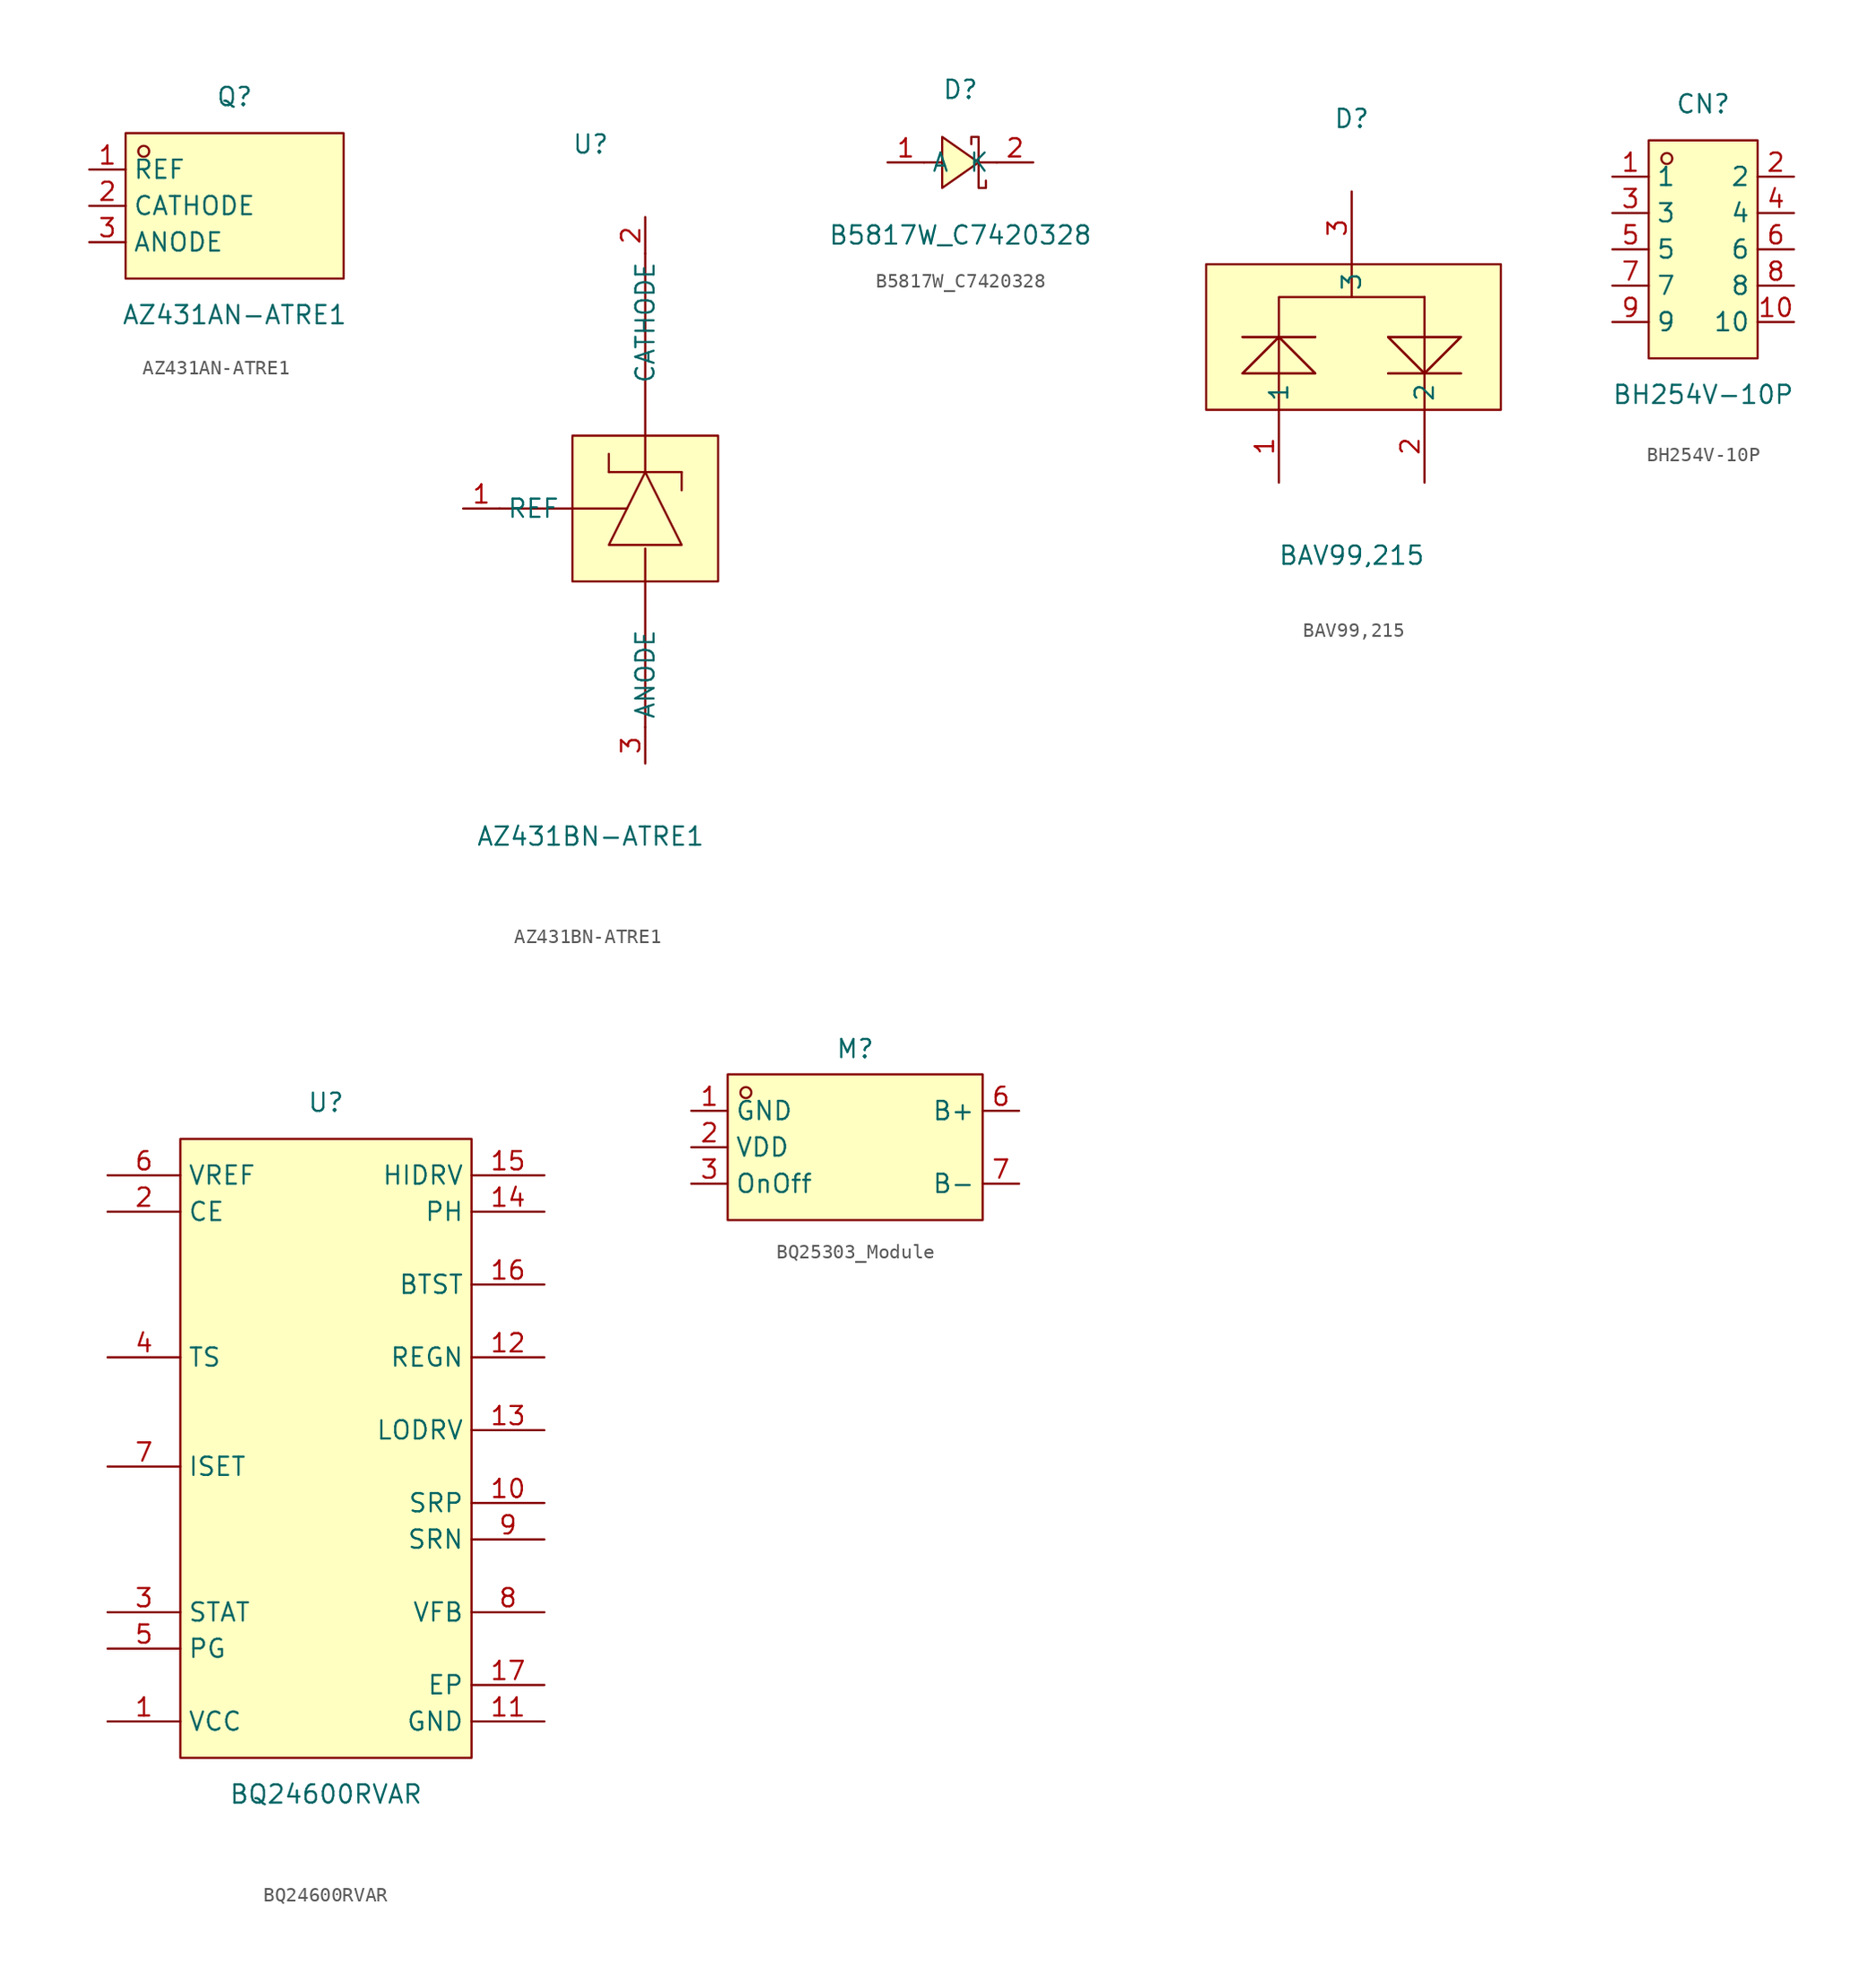
<source format=kicad_sym>
(kicad_symbol_lib
  (version 20231120)
  (generator "kicad_symbol_editor")
  (generator_version "8.0")
  (symbol "AZ431AN-ATRE1"
    (property "Reference" "Q"
      (at 0 7.62 0)
      (effects (font (size 1.27 1.27))))
    (property "Value" "AZ431AN-ATRE1"
      (at 0 -7.62 0)
      (effects (font (size 1.27 1.27))))
    (symbol "AZ431AN-ATRE1_0_1"
      (rectangle (start -7.62 5.08) (end 7.62 -5.08) (stroke (width 0) (type default)) (fill (type background)))
      (circle (center -6.35 3.81) (radius 0.38) (stroke (width 0) (type default)) (fill (type none)))
      (pin unspecified line (at -10.16 2.54 0) (length 2.54) (name "REF" (effects (font (size 1.27 1.27)))) (number "1" (effects (font (size 1.27 1.27)))))
      (pin unspecified line (at -10.16 0 0) (length 2.54) (name "CATHODE" (effects (font (size 1.27 1.27)))) (number "2" (effects (font (size 1.27 1.27)))))
      (pin unspecified line (at -10.16 -2.54 0) (length 2.54) (name "ANODE" (effects (font (size 1.27 1.27)))) (number "3" (effects (font (size 1.27 1.27)))))))
  (symbol "AZ431BN-ATRE1"
    (property "Reference" "U"
      (at 0 24.13 0)
      (effects (font (size 1.27 1.27))))
    (property "Value" "AZ431BN-ATRE1"
      (at 0 -24.13 0)
      (effects (font (size 1.27 1.27))))
    (symbol "AZ431BN-ATRE1_0_1"
      (rectangle (start -1.27 3.81) (end 8.89 -6.35) (stroke (width 0) (type default)) (fill (type background)))
      (polyline (pts (xy -1.27 -1.27) (xy -6.35 -1.27)) (stroke (width 0) (type default)) (fill (type none)))
      (polyline (pts (xy -1.27 -1.27) (xy 2.54 -1.27)) (stroke (width 0) (type default)) (fill (type none)))
      (polyline (pts (xy 1.27 1.27) (xy 6.35 1.27)) (stroke (width 0) (type default)) (fill (type none)))
      (polyline (pts (xy 1.27 2.54) (xy 1.27 1.27)) (stroke (width 0) (type default)) (fill (type none)))
      (polyline (pts (xy 3.81 -16.51) (xy 3.81 -4.06)) (stroke (width 0) (type default)) (fill (type none)))
      (polyline (pts (xy 3.81 16.51) (xy 3.81 1.27)) (stroke (width 0) (type default)) (fill (type none)))
      (polyline (pts (xy 6.35 1.27) (xy 6.35 0)) (stroke (width 0) (type default)) (fill (type none)))
      (polyline (pts (xy 3.81 1.27) (xy 1.27 -3.81) (xy 6.35 -3.81) (xy 3.81 1.27) (xy 3.81 1.27)) (stroke (width 0) (type default)) (fill (type background)))
      (pin unspecified line (at -8.89 -1.27 0) (length 2.54) (name "REF" (effects (font (size 1.27 1.27)))) (number "1" (effects (font (size 1.27 1.27)))))
      (pin unspecified line (at 3.81 19.05 270) (length 2.54) (name "CATHODE" (effects (font (size 1.27 1.27)))) (number "2" (effects (font (size 1.27 1.27)))))
      (pin unspecified line (at 3.81 -19.05 90) (length 2.54) (name "ANODE" (effects (font (size 1.27 1.27)))) (number "3" (effects (font (size 1.27 1.27)))))))
  (symbol "B5817W_C7420328"
    (property "Reference" "D"
      (at 0 5.08 0)
      (effects (font (size 1.27 1.27))))
    (property "Value" "B5817W_C7420328"
      (at 0 -5.08 0)
      (effects (font (size 1.27 1.27))))
    (symbol "B5817W_C7420328_0_1"
      (polyline (pts (xy -2.54 0) (xy -1.27 0)) (stroke (width 0) (type default)) (fill (type none)))
      (polyline (pts (xy 1.27 0) (xy 2.54 0)) (stroke (width 0) (type default)) (fill (type none)))
      (polyline (pts (xy -1.27 -1.78) (xy 1.27 0) (xy -1.27 1.78) (xy -1.27 -1.78)) (stroke (width 0) (type default)) (fill (type background)))
      (polyline (pts (xy 1.78 -1.27) (xy 1.78 -1.78) (xy 1.27 -1.78) (xy 1.27 1.78) (xy 0.76 1.78) (xy 0.76 1.27)) (stroke (width 0) (type default)) (fill (type none)))
      (pin unspecified line (at -5.08 0 0) (length 2.54) (name "A" (effects (font (size 1.27 1.27)))) (number "1" (effects (font (size 1.27 1.27)))))
      (pin unspecified line (at 5.08 0 180) (length 2.54) (name "K" (effects (font (size 1.27 1.27)))) (number "2" (effects (font (size 1.27 1.27)))))))
  (symbol "BAV99,215"
    (property "Reference" "D"
      (at 0 15.24 0)
      (effects (font (size 1.27 1.27))))
    (property "Value" "BAV99,215"
      (at 0 -15.24 0)
      (effects (font (size 1.27 1.27))))
    (symbol "BAV99,215_0_1"
      (rectangle (start -10.16 5.08) (end 10.41 -5.08) (stroke (width 0) (type default)) (fill (type background)))
      (polyline (pts (xy -7.62 0) (xy -2.54 0)) (stroke (width 0) (type default)) (fill (type none)))
      (polyline (pts (xy -7.62 0) (xy -2.54 0)) (stroke (width 0) (type default)) (fill (type none)))
      (polyline (pts (xy 0 5.08) (xy 0 2.79)) (stroke (width 0) (type default)) (fill (type none)))
      (polyline (pts (xy 5.08 2.79) (xy 5.08 -5.08)) (stroke (width 0) (type default)) (fill (type none)))
      (polyline (pts (xy 7.62 -2.54) (xy 2.54 -2.54)) (stroke (width 0) (type default)) (fill (type none)))
      (polyline (pts (xy 7.62 -2.54) (xy 2.54 -2.54)) (stroke (width 0) (type default)) (fill (type none)))
      (polyline (pts (xy -5.08 -5.08) (xy -5.08 2.79) (xy 5.08 2.79)) (stroke (width 0) (type default)) (fill (type none)))
      (polyline (pts (xy -2.54 -2.54) (xy -5.08 0) (xy -7.62 -2.54) (xy -2.54 -2.54)) (stroke (width 0) (type default)) (fill (type background)))
      (polyline (pts (xy -2.54 -2.54) (xy -5.08 0) (xy -7.62 -2.54) (xy -2.54 -2.54)) (stroke (width 0) (type default)) (fill (type background)))
      (polyline (pts (xy 2.54 0) (xy 5.08 -2.54) (xy 7.62 0) (xy 2.54 0)) (stroke (width 0) (type default)) (fill (type background)))
      (polyline (pts (xy 2.54 0) (xy 5.08 -2.54) (xy 7.62 0) (xy 2.54 0)) (stroke (width 0) (type default)) (fill (type background)))
      (pin input line (at -5.08 -10.16 90) (length 5.08) (name "1" (effects (font (size 1.27 1.27)))) (number "1" (effects (font (size 1.27 1.27)))))
      (pin input line (at 5.08 -10.16 90) (length 5.08) (name "2" (effects (font (size 1.27 1.27)))) (number "2" (effects (font (size 1.27 1.27)))))
      (pin input line (at 0 10.16 270) (length 5.08) (name "3" (effects (font (size 1.27 1.27)))) (number "3" (effects (font (size 1.27 1.27)))))))
  (symbol "BH254V-10P"
    (property "Reference" "CN"
      (at 0 10.16 0)
      (effects (font (size 1.27 1.27))))
    (property "Value" "BH254V-10P"
      (at 0 -10.16 0)
      (effects (font (size 1.27 1.27))))
    (symbol "BH254V-10P_0_1"
      (rectangle (start -3.81 7.62) (end 3.81 -7.62) (stroke (width 0) (type default)) (fill (type background)))
      (circle (center -2.54 6.35) (radius 0.38) (stroke (width 0) (type default)) (fill (type none)))
      (pin unspecified line (at -6.35 5.08 0) (length 2.54) (name "1" (effects (font (size 1.27 1.27)))) (number "1" (effects (font (size 1.27 1.27)))))
      (pin unspecified line (at 6.35 -5.08 180) (length 2.54) (name "10" (effects (font (size 1.27 1.27)))) (number "10" (effects (font (size 1.27 1.27)))))
      (pin unspecified line (at 6.35 5.08 180) (length 2.54) (name "2" (effects (font (size 1.27 1.27)))) (number "2" (effects (font (size 1.27 1.27)))))
      (pin unspecified line (at -6.35 2.54 0) (length 2.54) (name "3" (effects (font (size 1.27 1.27)))) (number "3" (effects (font (size 1.27 1.27)))))
      (pin unspecified line (at 6.35 2.54 180) (length 2.54) (name "4" (effects (font (size 1.27 1.27)))) (number "4" (effects (font (size 1.27 1.27)))))
      (pin unspecified line (at -6.35 0 0) (length 2.54) (name "5" (effects (font (size 1.27 1.27)))) (number "5" (effects (font (size 1.27 1.27)))))
      (pin unspecified line (at 6.35 0 180) (length 2.54) (name "6" (effects (font (size 1.27 1.27)))) (number "6" (effects (font (size 1.27 1.27)))))
      (pin unspecified line (at -6.35 -2.54 0) (length 2.54) (name "7" (effects (font (size 1.27 1.27)))) (number "7" (effects (font (size 1.27 1.27)))))
      (pin unspecified line (at 6.35 -2.54 180) (length 2.54) (name "8" (effects (font (size 1.27 1.27)))) (number "8" (effects (font (size 1.27 1.27)))))
      (pin unspecified line (at -6.35 -5.08 0) (length 2.54) (name "9" (effects (font (size 1.27 1.27)))) (number "9" (effects (font (size 1.27 1.27)))))))
  (symbol "BQ24600RVAR"
    (property "Reference" "U"
      (at 0 24.13 0)
      (effects (font (size 1.27 1.27))))
    (property "Value" "BQ24600RVAR"
      (at 0 -24.13 0)
      (effects (font (size 1.27 1.27))))
    (symbol "BQ24600RVAR_0_1"
      (rectangle (start -10.16 21.59) (end 10.16 -21.59) (stroke (width 0) (type default)) (fill (type background)))
      (pin power_in line (at -15.24 -19.05 0) (length 5.08) (name "VCC" (effects (font (size 1.27 1.27)))) (number "1" (effects (font (size 1.27 1.27)))))
      (pin unspecified line (at 15.24 -3.81 180) (length 5.08) (name "SRP" (effects (font (size 1.27 1.27)))) (number "10" (effects (font (size 1.27 1.27)))))
      (pin power_in line (at 15.24 -19.05 180) (length 5.08) (name "GND" (effects (font (size 1.27 1.27)))) (number "11" (effects (font (size 1.27 1.27)))))
      (pin power_in line (at 15.24 6.35 180) (length 5.08) (name "REGN" (effects (font (size 1.27 1.27)))) (number "12" (effects (font (size 1.27 1.27)))))
      (pin unspecified line (at 15.24 1.27 180) (length 5.08) (name "LODRV" (effects (font (size 1.27 1.27)))) (number "13" (effects (font (size 1.27 1.27)))))
      (pin power_in line (at 15.24 16.51 180) (length 5.08) (name "PH" (effects (font (size 1.27 1.27)))) (number "14" (effects (font (size 1.27 1.27)))))
      (pin unspecified line (at 15.24 19.05 180) (length 5.08) (name "HIDRV" (effects (font (size 1.27 1.27)))) (number "15" (effects (font (size 1.27 1.27)))))
      (pin power_in line (at 15.24 11.43 180) (length 5.08) (name "BTST" (effects (font (size 1.27 1.27)))) (number "16" (effects (font (size 1.27 1.27)))))
      (pin power_in line (at 15.24 -16.51 180) (length 5.08) (name "EP" (effects (font (size 1.27 1.27)))) (number "17" (effects (font (size 1.27 1.27)))))
      (pin unspecified line (at -15.24 16.51 0) (length 5.08) (name "CE" (effects (font (size 1.27 1.27)))) (number "2" (effects (font (size 1.27 1.27)))))
      (pin unspecified line (at -15.24 -11.43 0) (length 5.08) (name "STAT" (effects (font (size 1.27 1.27)))) (number "3" (effects (font (size 1.27 1.27)))))
      (pin unspecified line (at -15.24 6.35 0) (length 5.08) (name "TS" (effects (font (size 1.27 1.27)))) (number "4" (effects (font (size 1.27 1.27)))))
      (pin unspecified line (at -15.24 -13.97 0) (length 5.08) (name "PG" (effects (font (size 1.27 1.27)))) (number "5" (effects (font (size 1.27 1.27)))))
      (pin output line (at -15.24 19.05 0) (length 5.08) (name "VREF" (effects (font (size 1.27 1.27)))) (number "6" (effects (font (size 1.27 1.27)))))
      (pin unspecified line (at -15.24 -1.27 0) (length 5.08) (name "ISET" (effects (font (size 1.27 1.27)))) (number "7" (effects (font (size 1.27 1.27)))))
      (pin unspecified line (at 15.24 -11.43 180) (length 5.08) (name "VFB" (effects (font (size 1.27 1.27)))) (number "8" (effects (font (size 1.27 1.27)))))
      (pin unspecified line (at 15.24 -6.35 180) (length 5.08) (name "SRN" (effects (font (size 1.27 1.27)))) (number "9" (effects (font (size 1.27 1.27)))))))
  (symbol "BQ25303_Module"
    (property "Reference" "M"
      (at 0 6.858 0)
      (effects (font (size 1.27 1.27))))
    (property "Value" ""
      (at 0 6.858 0)
      (effects (font (size 1.27 1.27))))
    (symbol "BQ25303_Module_0_1"
      (rectangle (start -8.89 5.08) (end 8.89 -5.08) (stroke (width 0) (type default)) (fill (type background)))
      (circle (center -7.62 3.81) (radius 0.38) (stroke (width 0) (type default)) (fill (type none))))
    (symbol "BQ25303_Module_1_1"
      (pin unspecified line (at -11.43 2.54 0) (length 2.54) (name "GND" (effects (font (size 1.27 1.27)))) (number "1" (effects (font (size 1.27 1.27)))))
      (pin unspecified line (at -11.43 0 0) (length 2.54) (name "VDD" (effects (font (size 1.27 1.27)))) (number "2" (effects (font (size 1.27 1.27)))))
      (pin unspecified line (at -11.43 -2.54 0) (length 2.54) (name "OnOff" (effects (font (size 1.27 1.27)))) (number "3" (effects (font (size 1.27 1.27)))))
      (pin unspecified line (at 11.43 2.54 180) (length 2.54) (name "B+" (effects (font (size 1.27 1.27)))) (number "6" (effects (font (size 1.27 1.27)))))
      (pin unspecified line (at 11.43 -2.54 180) (length 2.54) (name "B-" (effects (font (size 1.27 1.27)))) (number "7" (effects (font (size 1.27 1.27))))))))
</source>
